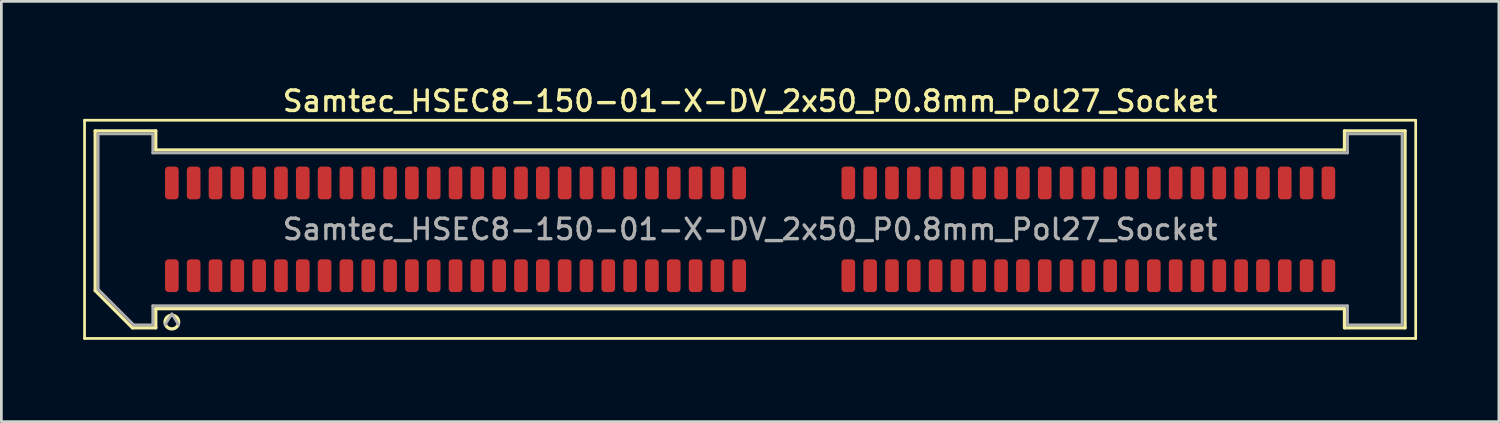
<source format=kicad_pcb>
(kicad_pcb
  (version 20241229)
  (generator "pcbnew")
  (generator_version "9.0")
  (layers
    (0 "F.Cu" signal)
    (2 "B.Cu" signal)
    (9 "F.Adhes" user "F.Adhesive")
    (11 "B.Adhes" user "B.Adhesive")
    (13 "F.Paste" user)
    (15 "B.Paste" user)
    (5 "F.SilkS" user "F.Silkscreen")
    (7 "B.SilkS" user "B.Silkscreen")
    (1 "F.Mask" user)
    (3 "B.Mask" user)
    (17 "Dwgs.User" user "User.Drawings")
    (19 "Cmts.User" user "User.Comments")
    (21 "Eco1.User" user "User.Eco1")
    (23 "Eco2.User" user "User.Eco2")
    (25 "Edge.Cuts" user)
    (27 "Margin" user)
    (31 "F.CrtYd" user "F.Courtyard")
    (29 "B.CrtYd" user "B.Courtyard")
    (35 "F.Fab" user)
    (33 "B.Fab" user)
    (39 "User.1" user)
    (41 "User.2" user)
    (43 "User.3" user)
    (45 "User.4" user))
  (footprint "Samtec_HSEC8-150-01-X-DV_2x50_P0.8mm_Pol27_Socket"
    (layer "F.Cu")
    (at 24.45 5.358)
    (property "Reference" "Samtec_HSEC8-150-01-X-DV_2x50_P0.8mm_Pol27_Socket" (at 0 -4.7 0) (layer "F.SilkS") (effects (font (size 0.75 0.75) (thickness 0.125))))
    (attr smd)
    (fp_line (start -24.4 -4) (end -24.4 4) (stroke (width 0.1) (type solid)) (layer "F.SilkS"))
    (fp_line (start -24.4 4) (end 24.4 4) (stroke (width 0.1) (type solid)) (layer "F.SilkS"))
    (fp_line (start -24.01 -3.61) (end -21.79 -3.61) (stroke (width 0.12) (type solid)) (layer "F.SilkS"))
    (fp_line (start -24.01 2.246) (end -24.01 -3.61) (stroke (width 0.12) (type solid)) (layer "F.SilkS"))
    (fp_line (start -22.646 3.61) (end -24.01 2.246) (stroke (width 0.12) (type solid)) (layer "F.SilkS"))
    (fp_line (start -21.79 -3.61) (end -21.79 -2.91) (stroke (width 0.12) (type solid)) (layer "F.SilkS"))
    (fp_line (start -21.79 -2.91) (end 21.79 -2.91) (stroke (width 0.12) (type solid)) (layer "F.SilkS"))
    (fp_line (start -21.79 2.91) (end -21.79 3.61) (stroke (width 0.12) (type solid)) (layer "F.SilkS"))
    (fp_line (start -21.79 3.61) (end -22.646 3.61) (stroke (width 0.12) (type solid)) (layer "F.SilkS"))
    (fp_line (start 21.79 -3.61) (end 24.01 -3.61) (stroke (width 0.12) (type solid)) (layer "F.SilkS"))
    (fp_line (start 21.79 -2.91) (end 21.79 -3.61) (stroke (width 0.12) (type solid)) (layer "F.SilkS"))
    (fp_line (start 21.79 2.91) (end -21.79 2.91) (stroke (width 0.12) (type solid)) (layer "F.SilkS"))
    (fp_line (start 21.79 3.61) (end 21.79 2.91) (stroke (width 0.12) (type solid)) (layer "F.SilkS"))
    (fp_line (start 24.01 -3.61) (end 24.01 3.61) (stroke (width 0.12) (type solid)) (layer "F.SilkS"))
    (fp_line (start 24.01 3.61) (end 21.79 3.61) (stroke (width 0.12) (type solid)) (layer "F.SilkS"))
    (fp_line (start 24.4 -4) (end -24.4 -4) (stroke (width 0.1) (type solid)) (layer "F.SilkS"))
    (fp_line (start 24.4 4) (end 24.4 -4) (stroke (width 0.1) (type solid)) (layer "F.SilkS"))
    (fp_arc (start -20.95 3.4) (mid -21.45 3.4) (end -20.95 3.4) (stroke (width 0.12) (type solid)) (layer "F.SilkS"))
    (fp_line (start -23.9 -3.5) (end -21.9 -3.5) (stroke (width 0.1) (type solid)) (layer "F.Fab"))
    (fp_line (start -23.9 2.2) (end -23.9 -3.5) (stroke (width 0.1) (type solid)) (layer "F.Fab"))
    (fp_line (start -22.6 3.5) (end -23.9 2.2) (stroke (width 0.1) (type solid)) (layer "F.Fab"))
    (fp_line (start -21.9 -3.5) (end -21.9 -2.8) (stroke (width 0.1) (type solid)) (layer "F.Fab"))
    (fp_line (start -21.9 -2.8) (end 21.9 -2.8) (stroke (width 0.1) (type solid)) (layer "F.Fab"))
    (fp_line (start -21.9 2.8) (end -21.9 3.5) (stroke (width 0.1) (type solid)) (layer "F.Fab"))
    (fp_line (start -21.9 3.5) (end -22.6 3.5) (stroke (width 0.1) (type solid)) (layer "F.Fab"))
    (fp_line (start -21.2 3.1) (end -21.45 3.5) (stroke (width 0.1) (type solid)) (layer "F.Fab"))
    (fp_line (start -21.2 3.1) (end -20.95 3.5) (stroke (width 0.1) (type solid)) (layer "F.Fab"))
    (fp_line (start 21.9 -3.5) (end 23.9 -3.5) (stroke (width 0.1) (type solid)) (layer "F.Fab"))
    (fp_line (start 21.9 -2.8) (end 21.9 -3.5) (stroke (width 0.1) (type solid)) (layer "F.Fab"))
    (fp_line (start 21.9 2.8) (end -21.9 2.8) (stroke (width 0.1) (type solid)) (layer "F.Fab"))
    (fp_line (start 21.9 3.5) (end 21.9 2.8) (stroke (width 0.1) (type solid)) (layer "F.Fab"))
    (fp_line (start 23.9 -3.5) (end 23.9 3.5) (stroke (width 0.1) (type solid)) (layer "F.Fab"))
    (fp_line (start 23.9 3.5) (end 21.9 3.5) (stroke (width 0.1) (type solid)) (layer "F.Fab"))
    (fp_text user "${REFERENCE}" (at 0 0 0) (layer "F.Fab") (effects (font (size 0.75 0.75) (thickness 0.125))))
    (pad "1" smd roundrect (at -21.2 1.7) (size 0.5 1.2) (layers "F.Cu" "F.Mask" "F.Paste") (roundrect_rratio 0.25))
    (pad "2" smd roundrect (at -21.2 -1.7) (size 0.5 1.2) (layers "F.Cu" "F.Mask" "F.Paste") (roundrect_rratio 0.25))
    (pad "3" smd roundrect (at -20.4 1.7) (size 0.5 1.2) (layers "F.Cu" "F.Mask" "F.Paste") (roundrect_rratio 0.25))
    (pad "4" smd roundrect (at -20.4 -1.7) (size 0.5 1.2) (layers "F.Cu" "F.Mask" "F.Paste") (roundrect_rratio 0.25))
    (pad "5" smd roundrect (at -19.6 1.7) (size 0.5 1.2) (layers "F.Cu" "F.Mask" "F.Paste") (roundrect_rratio 0.25))
    (pad "6" smd roundrect (at -19.6 -1.7) (size 0.5 1.2) (layers "F.Cu" "F.Mask" "F.Paste") (roundrect_rratio 0.25))
    (pad "7" smd roundrect (at -18.8 1.7) (size 0.5 1.2) (layers "F.Cu" "F.Mask" "F.Paste") (roundrect_rratio 0.25))
    (pad "8" smd roundrect (at -18.8 -1.7) (size 0.5 1.2) (layers "F.Cu" "F.Mask" "F.Paste") (roundrect_rratio 0.25))
    (pad "9" smd roundrect (at -18 1.7) (size 0.5 1.2) (layers "F.Cu" "F.Mask" "F.Paste") (roundrect_rratio 0.25))
    (pad "10" smd roundrect (at -18 -1.7) (size 0.5 1.2) (layers "F.Cu" "F.Mask" "F.Paste") (roundrect_rratio 0.25))
    (pad "11" smd roundrect (at -17.2 1.7) (size 0.5 1.2) (layers "F.Cu" "F.Mask" "F.Paste") (roundrect_rratio 0.25))
    (pad "12" smd roundrect (at -17.2 -1.7) (size 0.5 1.2) (layers "F.Cu" "F.Mask" "F.Paste") (roundrect_rratio 0.25))
    (pad "13" smd roundrect (at -16.4 1.7) (size 0.5 1.2) (layers "F.Cu" "F.Mask" "F.Paste") (roundrect_rratio 0.25))
    (pad "14" smd roundrect (at -16.4 -1.7) (size 0.5 1.2) (layers "F.Cu" "F.Mask" "F.Paste") (roundrect_rratio 0.25))
    (pad "15" smd roundrect (at -15.6 1.7) (size 0.5 1.2) (layers "F.Cu" "F.Mask" "F.Paste") (roundrect_rratio 0.25))
    (pad "16" smd roundrect (at -15.6 -1.7) (size 0.5 1.2) (layers "F.Cu" "F.Mask" "F.Paste") (roundrect_rratio 0.25))
    (pad "17" smd roundrect (at -14.8 1.7) (size 0.5 1.2) (layers "F.Cu" "F.Mask" "F.Paste") (roundrect_rratio 0.25))
    (pad "18" smd roundrect (at -14.8 -1.7) (size 0.5 1.2) (layers "F.Cu" "F.Mask" "F.Paste") (roundrect_rratio 0.25))
    (pad "19" smd roundrect (at -14 1.7) (size 0.5 1.2) (layers "F.Cu" "F.Mask" "F.Paste") (roundrect_rratio 0.25))
    (pad "20" smd roundrect (at -14 -1.7) (size 0.5 1.2) (layers "F.Cu" "F.Mask" "F.Paste") (roundrect_rratio 0.25))
    (pad "21" smd roundrect (at -13.2 1.7) (size 0.5 1.2) (layers "F.Cu" "F.Mask" "F.Paste") (roundrect_rratio 0.25))
    (pad "22" smd roundrect (at -13.2 -1.7) (size 0.5 1.2) (layers "F.Cu" "F.Mask" "F.Paste") (roundrect_rratio 0.25))
    (pad "23" smd roundrect (at -12.4 1.7) (size 0.5 1.2) (layers "F.Cu" "F.Mask" "F.Paste") (roundrect_rratio 0.25))
    (pad "24" smd roundrect (at -12.4 -1.7) (size 0.5 1.2) (layers "F.Cu" "F.Mask" "F.Paste") (roundrect_rratio 0.25))
    (pad "25" smd roundrect (at -11.6 1.7) (size 0.5 1.2) (layers "F.Cu" "F.Mask" "F.Paste") (roundrect_rratio 0.25))
    (pad "26" smd roundrect (at -11.6 -1.7) (size 0.5 1.2) (layers "F.Cu" "F.Mask" "F.Paste") (roundrect_rratio 0.25))
    (pad "27" smd roundrect (at -10.8 1.7) (size 0.5 1.2) (layers "F.Cu" "F.Mask" "F.Paste") (roundrect_rratio 0.25))
    (pad "28" smd roundrect (at -10.8 -1.7) (size 0.5 1.2) (layers "F.Cu" "F.Mask" "F.Paste") (roundrect_rratio 0.25))
    (pad "29" smd roundrect (at -10 1.7) (size 0.5 1.2) (layers "F.Cu" "F.Mask" "F.Paste") (roundrect_rratio 0.25))
    (pad "30" smd roundrect (at -10 -1.7) (size 0.5 1.2) (layers "F.Cu" "F.Mask" "F.Paste") (roundrect_rratio 0.25))
    (pad "31" smd roundrect (at -9.2 1.7) (size 0.5 1.2) (layers "F.Cu" "F.Mask" "F.Paste") (roundrect_rratio 0.25))
    (pad "32" smd roundrect (at -9.2 -1.7) (size 0.5 1.2) (layers "F.Cu" "F.Mask" "F.Paste") (roundrect_rratio 0.25))
    (pad "33" smd roundrect (at -8.4 1.7) (size 0.5 1.2) (layers "F.Cu" "F.Mask" "F.Paste") (roundrect_rratio 0.25))
    (pad "34" smd roundrect (at -8.4 -1.7) (size 0.5 1.2) (layers "F.Cu" "F.Mask" "F.Paste") (roundrect_rratio 0.25))
    (pad "35" smd roundrect (at -7.6 1.7) (size 0.5 1.2) (layers "F.Cu" "F.Mask" "F.Paste") (roundrect_rratio 0.25))
    (pad "36" smd roundrect (at -7.6 -1.7) (size 0.5 1.2) (layers "F.Cu" "F.Mask" "F.Paste") (roundrect_rratio 0.25))
    (pad "37" smd roundrect (at -6.8 1.7) (size 0.5 1.2) (layers "F.Cu" "F.Mask" "F.Paste") (roundrect_rratio 0.25))
    (pad "38" smd roundrect (at -6.8 -1.7) (size 0.5 1.2) (layers "F.Cu" "F.Mask" "F.Paste") (roundrect_rratio 0.25))
    (pad "39" smd roundrect (at -6 1.7) (size 0.5 1.2) (layers "F.Cu" "F.Mask" "F.Paste") (roundrect_rratio 0.25))
    (pad "40" smd roundrect (at -6 -1.7) (size 0.5 1.2) (layers "F.Cu" "F.Mask" "F.Paste") (roundrect_rratio 0.25))
    (pad "41" smd roundrect (at -5.2 1.7) (size 0.5 1.2) (layers "F.Cu" "F.Mask" "F.Paste") (roundrect_rratio 0.25))
    (pad "42" smd roundrect (at -5.2 -1.7) (size 0.5 1.2) (layers "F.Cu" "F.Mask" "F.Paste") (roundrect_rratio 0.25))
    (pad "43" smd roundrect (at -4.4 1.7) (size 0.5 1.2) (layers "F.Cu" "F.Mask" "F.Paste") (roundrect_rratio 0.25))
    (pad "44" smd roundrect (at -4.4 -1.7) (size 0.5 1.2) (layers "F.Cu" "F.Mask" "F.Paste") (roundrect_rratio 0.25))
    (pad "45" smd roundrect (at -3.6 1.7) (size 0.5 1.2) (layers "F.Cu" "F.Mask" "F.Paste") (roundrect_rratio 0.25))
    (pad "46" smd roundrect (at -3.6 -1.7) (size 0.5 1.2) (layers "F.Cu" "F.Mask" "F.Paste") (roundrect_rratio 0.25))
    (pad "47" smd roundrect (at -2.8 1.7) (size 0.5 1.2) (layers "F.Cu" "F.Mask" "F.Paste") (roundrect_rratio 0.25))
    (pad "48" smd roundrect (at -2.8 -1.7) (size 0.5 1.2) (layers "F.Cu" "F.Mask" "F.Paste") (roundrect_rratio 0.25))
    (pad "49" smd roundrect (at -2 1.7) (size 0.5 1.2) (layers "F.Cu" "F.Mask" "F.Paste") (roundrect_rratio 0.25))
    (pad "50" smd roundrect (at -2 -1.7) (size 0.5 1.2) (layers "F.Cu" "F.Mask" "F.Paste") (roundrect_rratio 0.25))
    (pad "51" smd roundrect (at -1.2 1.7) (size 0.5 1.2) (layers "F.Cu" "F.Mask" "F.Paste") (roundrect_rratio 0.25))
    (pad "52" smd roundrect (at -1.2 -1.7) (size 0.5 1.2) (layers "F.Cu" "F.Mask" "F.Paste") (roundrect_rratio 0.25))
    (pad "53" smd roundrect (at -0.4 1.7) (size 0.5 1.2) (layers "F.Cu" "F.Mask" "F.Paste") (roundrect_rratio 0.25))
    (pad "54" smd roundrect (at -0.4 -1.7) (size 0.5 1.2) (layers "F.Cu" "F.Mask" "F.Paste") (roundrect_rratio 0.25))
    (pad "55" smd roundrect (at 3.6 1.7) (size 0.5 1.2) (layers "F.Cu" "F.Mask" "F.Paste") (roundrect_rratio 0.25))
    (pad "56" smd roundrect (at 3.6 -1.7) (size 0.5 1.2) (layers "F.Cu" "F.Mask" "F.Paste") (roundrect_rratio 0.25))
    (pad "57" smd roundrect (at 4.4 1.7) (size 0.5 1.2) (layers "F.Cu" "F.Mask" "F.Paste") (roundrect_rratio 0.25))
    (pad "58" smd roundrect (at 4.4 -1.7) (size 0.5 1.2) (layers "F.Cu" "F.Mask" "F.Paste") (roundrect_rratio 0.25))
    (pad "59" smd roundrect (at 5.2 1.7) (size 0.5 1.2) (layers "F.Cu" "F.Mask" "F.Paste") (roundrect_rratio 0.25))
    (pad "60" smd roundrect (at 5.2 -1.7) (size 0.5 1.2) (layers "F.Cu" "F.Mask" "F.Paste") (roundrect_rratio 0.25))
    (pad "61" smd roundrect (at 6 1.7) (size 0.5 1.2) (layers "F.Cu" "F.Mask" "F.Paste") (roundrect_rratio 0.25))
    (pad "62" smd roundrect (at 6 -1.7) (size 0.5 1.2) (layers "F.Cu" "F.Mask" "F.Paste") (roundrect_rratio 0.25))
    (pad "63" smd roundrect (at 6.8 1.7) (size 0.5 1.2) (layers "F.Cu" "F.Mask" "F.Paste") (roundrect_rratio 0.25))
    (pad "64" smd roundrect (at 6.8 -1.7) (size 0.5 1.2) (layers "F.Cu" "F.Mask" "F.Paste") (roundrect_rratio 0.25))
    (pad "65" smd roundrect (at 7.6 1.7) (size 0.5 1.2) (layers "F.Cu" "F.Mask" "F.Paste") (roundrect_rratio 0.25))
    (pad "66" smd roundrect (at 7.6 -1.7) (size 0.5 1.2) (layers "F.Cu" "F.Mask" "F.Paste") (roundrect_rratio 0.25))
    (pad "67" smd roundrect (at 8.4 1.7) (size 0.5 1.2) (layers "F.Cu" "F.Mask" "F.Paste") (roundrect_rratio 0.25))
    (pad "68" smd roundrect (at 8.4 -1.7) (size 0.5 1.2) (layers "F.Cu" "F.Mask" "F.Paste") (roundrect_rratio 0.25))
    (pad "69" smd roundrect (at 9.2 1.7) (size 0.5 1.2) (layers "F.Cu" "F.Mask" "F.Paste") (roundrect_rratio 0.25))
    (pad "70" smd roundrect (at 9.2 -1.7) (size 0.5 1.2) (layers "F.Cu" "F.Mask" "F.Paste") (roundrect_rratio 0.25))
    (pad "71" smd roundrect (at 10 1.7) (size 0.5 1.2) (layers "F.Cu" "F.Mask" "F.Paste") (roundrect_rratio 0.25))
    (pad "72" smd roundrect (at 10 -1.7) (size 0.5 1.2) (layers "F.Cu" "F.Mask" "F.Paste") (roundrect_rratio 0.25))
    (pad "73" smd roundrect (at 10.8 1.7) (size 0.5 1.2) (layers "F.Cu" "F.Mask" "F.Paste") (roundrect_rratio 0.25))
    (pad "74" smd roundrect (at 10.8 -1.7) (size 0.5 1.2) (layers "F.Cu" "F.Mask" "F.Paste") (roundrect_rratio 0.25))
    (pad "75" smd roundrect (at 11.6 1.7) (size 0.5 1.2) (layers "F.Cu" "F.Mask" "F.Paste") (roundrect_rratio 0.25))
    (pad "76" smd roundrect (at 11.6 -1.7) (size 0.5 1.2) (layers "F.Cu" "F.Mask" "F.Paste") (roundrect_rratio 0.25))
    (pad "77" smd roundrect (at 12.4 1.7) (size 0.5 1.2) (layers "F.Cu" "F.Mask" "F.Paste") (roundrect_rratio 0.25))
    (pad "78" smd roundrect (at 12.4 -1.7) (size 0.5 1.2) (layers "F.Cu" "F.Mask" "F.Paste") (roundrect_rratio 0.25))
    (pad "79" smd roundrect (at 13.2 1.7) (size 0.5 1.2) (layers "F.Cu" "F.Mask" "F.Paste") (roundrect_rratio 0.25))
    (pad "80" smd roundrect (at 13.2 -1.7) (size 0.5 1.2) (layers "F.Cu" "F.Mask" "F.Paste") (roundrect_rratio 0.25))
    (pad "81" smd roundrect (at 14 1.7) (size 0.5 1.2) (layers "F.Cu" "F.Mask" "F.Paste") (roundrect_rratio 0.25))
    (pad "82" smd roundrect (at 14 -1.7) (size 0.5 1.2) (layers "F.Cu" "F.Mask" "F.Paste") (roundrect_rratio 0.25))
    (pad "83" smd roundrect (at 14.8 1.7) (size 0.5 1.2) (layers "F.Cu" "F.Mask" "F.Paste") (roundrect_rratio 0.25))
    (pad "84" smd roundrect (at 14.8 -1.7) (size 0.5 1.2) (layers "F.Cu" "F.Mask" "F.Paste") (roundrect_rratio 0.25))
    (pad "85" smd roundrect (at 15.6 1.7) (size 0.5 1.2) (layers "F.Cu" "F.Mask" "F.Paste") (roundrect_rratio 0.25))
    (pad "86" smd roundrect (at 15.6 -1.7) (size 0.5 1.2) (layers "F.Cu" "F.Mask" "F.Paste") (roundrect_rratio 0.25))
    (pad "87" smd roundrect (at 16.4 1.7) (size 0.5 1.2) (layers "F.Cu" "F.Mask" "F.Paste") (roundrect_rratio 0.25))
    (pad "88" smd roundrect (at 16.4 -1.7) (size 0.5 1.2) (layers "F.Cu" "F.Mask" "F.Paste") (roundrect_rratio 0.25))
    (pad "89" smd roundrect (at 17.2 1.7) (size 0.5 1.2) (layers "F.Cu" "F.Mask" "F.Paste") (roundrect_rratio 0.25))
    (pad "90" smd roundrect (at 17.2 -1.7) (size 0.5 1.2) (layers "F.Cu" "F.Mask" "F.Paste") (roundrect_rratio 0.25))
    (pad "91" smd roundrect (at 18 1.7) (size 0.5 1.2) (layers "F.Cu" "F.Mask" "F.Paste") (roundrect_rratio 0.25))
    (pad "92" smd roundrect (at 18 -1.7) (size 0.5 1.2) (layers "F.Cu" "F.Mask" "F.Paste") (roundrect_rratio 0.25))
    (pad "93" smd roundrect (at 18.8 1.7) (size 0.5 1.2) (layers "F.Cu" "F.Mask" "F.Paste") (roundrect_rratio 0.25))
    (pad "94" smd roundrect (at 18.8 -1.7) (size 0.5 1.2) (layers "F.Cu" "F.Mask" "F.Paste") (roundrect_rratio 0.25))
    (pad "95" smd roundrect (at 19.6 1.7) (size 0.5 1.2) (layers "F.Cu" "F.Mask" "F.Paste") (roundrect_rratio 0.25))
    (pad "96" smd roundrect (at 19.6 -1.7) (size 0.5 1.2) (layers "F.Cu" "F.Mask" "F.Paste") (roundrect_rratio 0.25))
    (pad "97" smd roundrect (at 20.4 1.7) (size 0.5 1.2) (layers "F.Cu" "F.Mask" "F.Paste") (roundrect_rratio 0.25))
    (pad "98" smd roundrect (at 20.4 -1.7) (size 0.5 1.2) (layers "F.Cu" "F.Mask" "F.Paste") (roundrect_rratio 0.25))
    (pad "99" smd roundrect (at 21.2 1.7) (size 0.5 1.2) (layers "F.Cu" "F.Mask" "F.Paste") (roundrect_rratio 0.25))
    (pad "100" smd roundrect (at 21.2 -1.7) (size 0.5 1.2) (layers "F.Cu" "F.Mask" "F.Paste") (roundrect_rratio 0.25)))
  (gr_rect
    (start -3 -3)
    (end 51.9 12.408)
    (stroke (width 0.1) (type default))
    (fill no)
    (layer "Edge.Cuts")))
</source>
